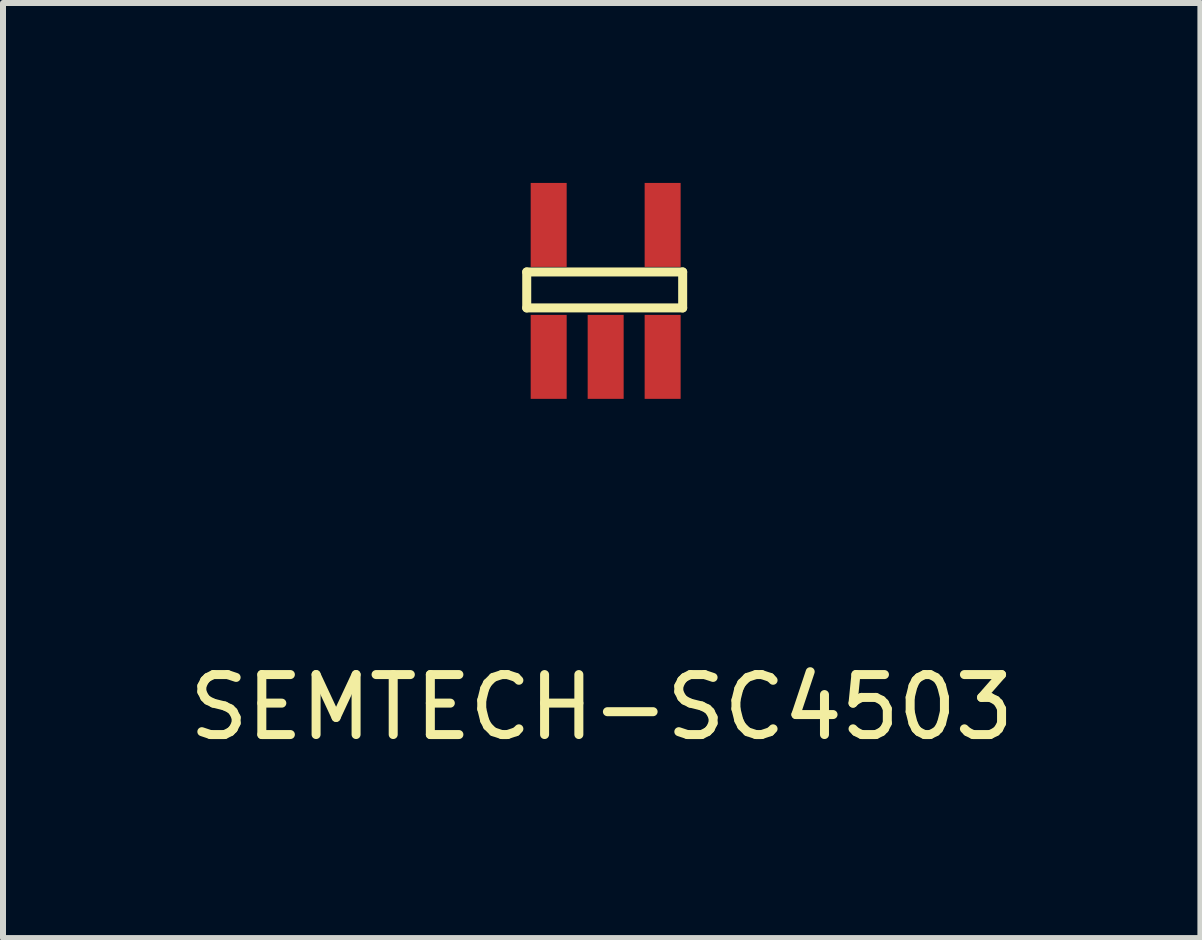
<source format=kicad_pcb>
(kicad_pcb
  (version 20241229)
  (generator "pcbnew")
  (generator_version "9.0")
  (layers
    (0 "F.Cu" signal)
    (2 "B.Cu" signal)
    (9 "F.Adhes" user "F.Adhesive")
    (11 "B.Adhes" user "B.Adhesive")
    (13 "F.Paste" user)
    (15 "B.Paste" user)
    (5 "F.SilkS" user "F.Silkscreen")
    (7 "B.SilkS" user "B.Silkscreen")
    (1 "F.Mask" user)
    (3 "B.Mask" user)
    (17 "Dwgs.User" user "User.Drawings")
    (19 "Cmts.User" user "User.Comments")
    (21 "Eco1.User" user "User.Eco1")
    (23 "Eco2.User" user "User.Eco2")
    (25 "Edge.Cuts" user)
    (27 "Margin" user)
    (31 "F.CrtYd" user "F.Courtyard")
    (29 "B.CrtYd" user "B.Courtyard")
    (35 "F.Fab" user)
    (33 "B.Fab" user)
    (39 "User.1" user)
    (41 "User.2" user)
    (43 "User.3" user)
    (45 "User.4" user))
  (footprint "SEMTECH-SC4503"
    (layer "F.Cu")
    (at 7.032 1.784)
    (property "Reference" "SEMTECH-SC4503" (at -0.05 6.958 0) (layer "F.SilkS") (effects (font (size 1 1) (thickness 0.15))))
    (attr through_hole)
    (fp_line (start -1.3 -0.3) (end 1.3 -0.3) (stroke (width 0.15) (type solid)) (layer "F.SilkS"))
    (fp_line (start -1.3 0.3) (end -1.3 -0.3) (stroke (width 0.15) (type solid)) (layer "F.SilkS"))
    (fp_line (start 1.3 -0.3) (end 1.3 0.3) (stroke (width 0.15) (type solid)) (layer "F.SilkS"))
    (fp_line (start 1.3 0.3) (end -1.3 0.3) (stroke (width 0.15) (type solid)) (layer "F.SilkS"))
    (pad "1" smd rect (at -0.934 1.116) (size 0.6 1.4) (layers "F.Cu" "F.Mask" "F.Paste"))
    (pad "2" smd rect (at 0.016 1.116) (size 0.6 1.4) (layers "F.Cu" "F.Mask" "F.Paste"))
    (pad "3" smd rect (at 0.966 1.116) (size 0.6 1.4) (layers "F.Cu" "F.Mask" "F.Paste"))
    (pad "4" smd rect (at 0.966 -1.084) (size 0.6 1.4) (layers "F.Cu" "F.Mask" "F.Paste"))
    (pad "5" smd rect (at -0.934 -1.084) (size 0.6 1.4) (layers "F.Cu" "F.Mask" "F.Paste")))
  (gr_rect
    (start -3 -3)
    (end 16.964 12.59)
    (stroke (width 0.1) (type default))
    (fill no)
    (layer "Edge.Cuts")))
</source>
